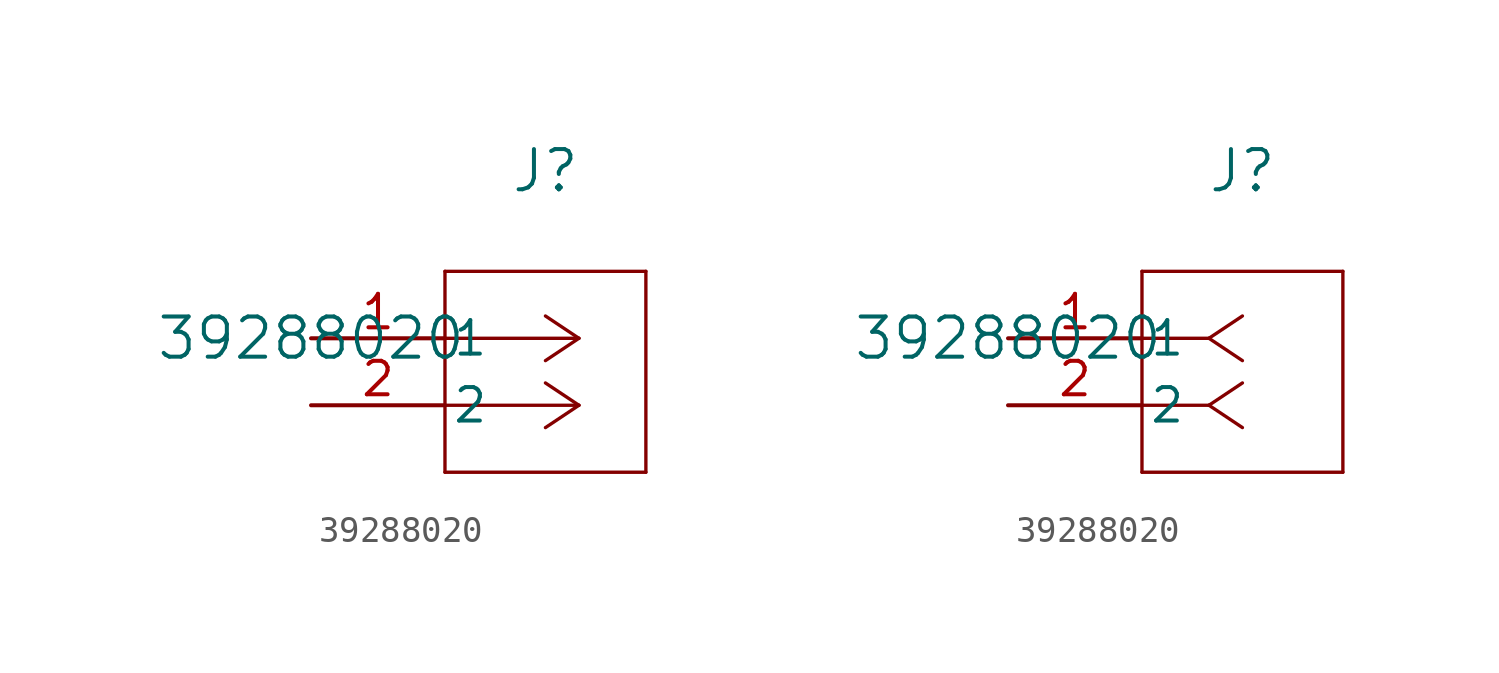
<source format=kicad_sym>
(kicad_symbol_lib
  (version 20211014)
  (generator kicad_symbol_editor)
  (symbol "39288020"
    (pin_names
      (offset 0.254))
    (property "Reference" "J"
      (at 8.89 6.35 0)
      (effects (font (size 1.524 1.524))))
    (property "Value" "39288020"
      (at 0 0 0)
      (effects (font (size 1.524 1.524))))
    (symbol "39288020_1_1"
      (polyline (pts (xy 10.16 0) (xy 5.08 0)) (stroke (width 0.127) (type default) (color 0 0 0 0)) (fill (type none)))
      (polyline (pts (xy 10.16 -2.54) (xy 5.08 -2.54)) (stroke (width 0.127) (type default) (color 0 0 0 0)) (fill (type none)))
      (polyline (pts (xy 10.16 0) (xy 8.89 0.847)) (stroke (width 0.127) (type default) (color 0 0 0 0)) (fill (type none)))
      (polyline (pts (xy 10.16 -2.54) (xy 8.89 -1.693)) (stroke (width 0.127) (type default) (color 0 0 0 0)) (fill (type none)))
      (polyline (pts (xy 10.16 0) (xy 8.89 -0.847)) (stroke (width 0.127) (type default) (color 0 0 0 0)) (fill (type none)))
      (polyline (pts (xy 10.16 -2.54) (xy 8.89 -3.387)) (stroke (width 0.127) (type default) (color 0 0 0 0)) (fill (type none)))
      (polyline (pts (xy 5.08 2.54) (xy 5.08 -5.08)) (stroke (width 0.127) (type default) (color 0 0 0 0)) (fill (type none)))
      (polyline (pts (xy 5.08 -5.08) (xy 12.7 -5.08)) (stroke (width 0.127) (type default) (color 0 0 0 0)) (fill (type none)))
      (polyline (pts (xy 12.7 -5.08) (xy 12.7 2.54)) (stroke (width 0.127) (type default) (color 0 0 0 0)) (fill (type none)))
      (polyline (pts (xy 12.7 2.54) (xy 5.08 2.54)) (stroke (width 0.127) (type default) (color 0 0 0 0)) (fill (type none)))
      (pin unspecified line (at 0 0 0) (length 5.08) (name "1" (effects (font (size 1.27 1.27)))) (number "1" (effects (font (size 1.27 1.27)))))
      (pin unspecified line (at 0 -2.54 0) (length 5.08) (name "2" (effects (font (size 1.27 1.27)))) (number "2" (effects (font (size 1.27 1.27))))))
    (symbol "39288020_1_2"
      (polyline (pts (xy 7.62 0) (xy 5.08 0)) (stroke (width 0.127) (type default) (color 0 0 0 0)) (fill (type none)))
      (polyline (pts (xy 7.62 -2.54) (xy 5.08 -2.54)) (stroke (width 0.127) (type default) (color 0 0 0 0)) (fill (type none)))
      (polyline (pts (xy 7.62 0) (xy 8.89 0.847)) (stroke (width 0.127) (type default) (color 0 0 0 0)) (fill (type none)))
      (polyline (pts (xy 7.62 -2.54) (xy 8.89 -1.693)) (stroke (width 0.127) (type default) (color 0 0 0 0)) (fill (type none)))
      (polyline (pts (xy 7.62 0) (xy 8.89 -0.847)) (stroke (width 0.127) (type default) (color 0 0 0 0)) (fill (type none)))
      (polyline (pts (xy 7.62 -2.54) (xy 8.89 -3.387)) (stroke (width 0.127) (type default) (color 0 0 0 0)) (fill (type none)))
      (polyline (pts (xy 5.08 2.54) (xy 5.08 -5.08)) (stroke (width 0.127) (type default) (color 0 0 0 0)) (fill (type none)))
      (polyline (pts (xy 5.08 -5.08) (xy 12.7 -5.08)) (stroke (width 0.127) (type default) (color 0 0 0 0)) (fill (type none)))
      (polyline (pts (xy 12.7 -5.08) (xy 12.7 2.54)) (stroke (width 0.127) (type default) (color 0 0 0 0)) (fill (type none)))
      (polyline (pts (xy 12.7 2.54) (xy 5.08 2.54)) (stroke (width 0.127) (type default) (color 0 0 0 0)) (fill (type none)))
      (pin unspecified line (at 0 0 0) (length 5.08) (name "1" (effects (font (size 1.27 1.27)))) (number "1" (effects (font (size 1.27 1.27)))))
      (pin unspecified line (at 0 -2.54 0) (length 5.08) (name "2" (effects (font (size 1.27 1.27)))) (number "2" (effects (font (size 1.27 1.27))))))))
</source>
